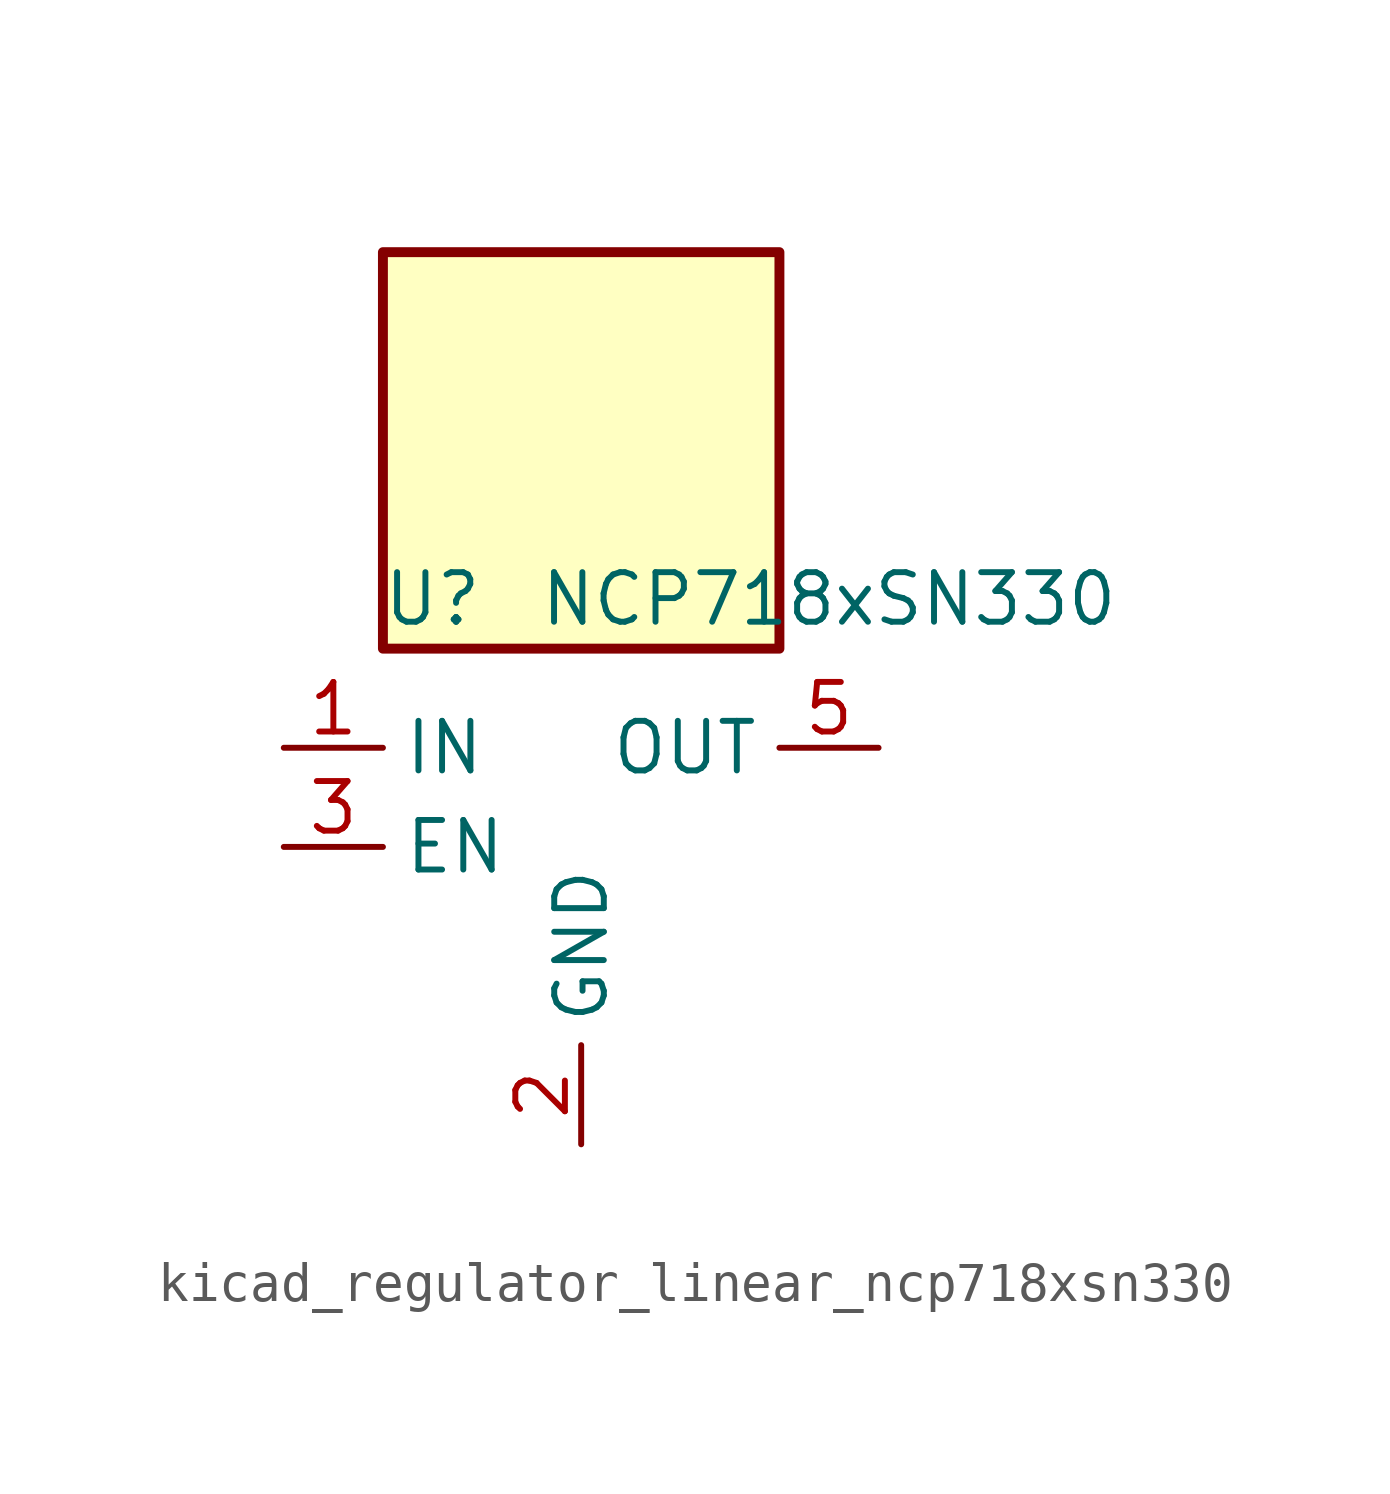
<source format=kicad_sym>
(kicad_symbol_lib
  (version 20220914)
  (generator kicad_symbol_editor)
  (symbol "kicad_regulator_linear_ncp718xsn330"
    (property "Reference" "U"
      (at -3.81 6.35 0)
      (effects (font (size 1.27 1.27))))
    (property "Value" "NCP718xSN330"
      (at 6.35 6.35 0)
      (effects (font (size 1.27 1.27))))
    (symbol "kicad_regulator_linear_ncp718xsn330_0_1"
      (rectangle (start 5.08 15.24) (end -5.08 5.08) (stroke (width 0.254) (type default)) (fill (type background)))
      (pin power_in line (at -7.62 2.54 0) (length 2.54) (name "IN" (effects (font (size 1.27 1.27)))) (number "1" (effects (font (size 1.27 1.27)))))
      (pin power_in line (at 0 -7.62 90) (length 2.54) (name "GND" (effects (font (size 1.27 1.27)))) (number "2" (effects (font (size 1.27 1.27)))))
      (pin input line (at -7.62 0 0) (length 2.54) (name "EN" (effects (font (size 1.27 1.27)))) (number "3" (effects (font (size 1.27 1.27)))))
      (pin no_connect line (at 5.08 0 180) (length 2.54) hide (name "NC" (effects (font (size 1.27 1.27)))) (number "4" (effects (font (size 1.27 1.27)))))
      (pin power_out line (at 7.62 2.54 180) (length 2.54) (name "OUT" (effects (font (size 1.27 1.27)))) (number "5" (effects (font (size 1.27 1.27))))))))
</source>
